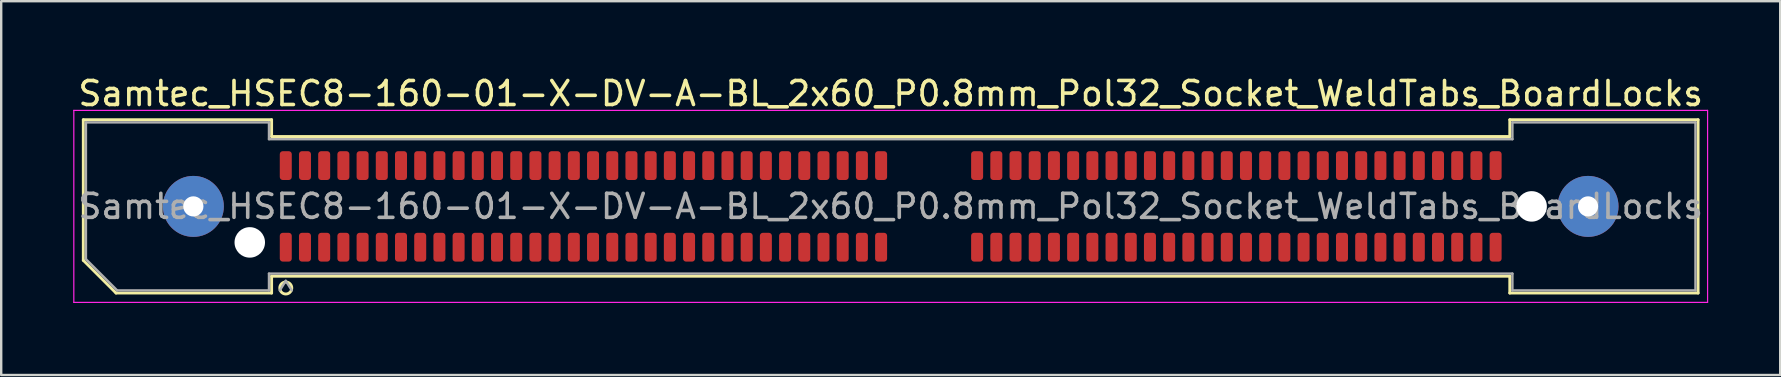
<source format=kicad_pcb>
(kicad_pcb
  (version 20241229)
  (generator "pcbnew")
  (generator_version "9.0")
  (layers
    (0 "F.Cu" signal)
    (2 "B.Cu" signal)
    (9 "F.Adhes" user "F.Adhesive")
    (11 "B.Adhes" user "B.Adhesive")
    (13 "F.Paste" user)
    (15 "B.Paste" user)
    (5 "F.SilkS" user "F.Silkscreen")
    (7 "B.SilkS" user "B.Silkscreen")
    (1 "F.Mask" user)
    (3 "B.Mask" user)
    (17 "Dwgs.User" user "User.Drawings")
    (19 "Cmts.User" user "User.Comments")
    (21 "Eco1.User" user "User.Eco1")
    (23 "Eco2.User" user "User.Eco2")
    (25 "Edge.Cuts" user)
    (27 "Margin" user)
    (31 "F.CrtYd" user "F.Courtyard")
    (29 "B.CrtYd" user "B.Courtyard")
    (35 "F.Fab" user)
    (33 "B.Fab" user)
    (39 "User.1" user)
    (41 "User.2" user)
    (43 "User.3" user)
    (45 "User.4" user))
  (footprint "Samtec_HSEC8-160-01-X-DV-A-BL_2x60_P0.8mm_Pol32_Socket_WeldTabs_BoardLocks"
    (layer "F.Cu")
    (at 34.055 5.548)
    (property "Reference" "Samtec_HSEC8-160-01-X-DV-A-BL_2x60_P0.8mm_Pol32_Socket_WeldTabs_BoardLocks" (at 0 -4.7 0) (layer "F.SilkS") (effects (font (size 1 1) (thickness 0.15))))
    (attr smd)
    (fp_line (start -33.635 -3.61) (end -25.79 -3.61) (stroke (width 0.12) (type solid)) (layer "F.SilkS"))
    (fp_line (start -33.635 2.246) (end -33.635 -3.61) (stroke (width 0.12) (type solid)) (layer "F.SilkS"))
    (fp_line (start -32.271 3.61) (end -33.635 2.246) (stroke (width 0.12) (type solid)) (layer "F.SilkS"))
    (fp_line (start -25.79 -3.61) (end -25.79 -2.91) (stroke (width 0.12) (type solid)) (layer "F.SilkS"))
    (fp_line (start -25.79 -2.91) (end 25.79 -2.91) (stroke (width 0.12) (type solid)) (layer "F.SilkS"))
    (fp_line (start -25.79 2.91) (end -25.79 3.61) (stroke (width 0.12) (type solid)) (layer "F.SilkS"))
    (fp_line (start -25.79 3.61) (end -32.271 3.61) (stroke (width 0.12) (type solid)) (layer "F.SilkS"))
    (fp_line (start 25.79 -3.61) (end 33.635 -3.61) (stroke (width 0.12) (type solid)) (layer "F.SilkS"))
    (fp_line (start 25.79 -2.91) (end 25.79 -3.61) (stroke (width 0.12) (type solid)) (layer "F.SilkS"))
    (fp_line (start 25.79 2.91) (end -25.79 2.91) (stroke (width 0.12) (type solid)) (layer "F.SilkS"))
    (fp_line (start 25.79 3.61) (end 25.79 2.91) (stroke (width 0.12) (type solid)) (layer "F.SilkS"))
    (fp_line (start 33.635 -3.61) (end 33.635 3.61) (stroke (width 0.12) (type solid)) (layer "F.SilkS"))
    (fp_line (start 33.635 3.61) (end 25.79 3.61) (stroke (width 0.12) (type solid)) (layer "F.SilkS"))
    (fp_circle (center -25.2 3.4) (end -24.95 3.4) (stroke (width 0.12) (type solid)) (fill no) (layer "F.SilkS"))
    (fp_line (start -34.03 -4) (end -34.03 4) (stroke (width 0.05) (type solid)) (layer "F.CrtYd"))
    (fp_line (start -34.03 4) (end 34.03 4) (stroke (width 0.05) (type solid)) (layer "F.CrtYd"))
    (fp_line (start 34.03 -4) (end -34.03 -4) (stroke (width 0.05) (type solid)) (layer "F.CrtYd"))
    (fp_line (start 34.03 4) (end 34.03 -4) (stroke (width 0.05) (type solid)) (layer "F.CrtYd"))
    (fp_line (start -33.525 -3.5) (end -25.9 -3.5) (stroke (width 0.1) (type solid)) (layer "F.Fab"))
    (fp_line (start -33.525 2.2) (end -33.525 -3.5) (stroke (width 0.1) (type solid)) (layer "F.Fab"))
    (fp_line (start -32.225 3.5) (end -33.525 2.2) (stroke (width 0.1) (type solid)) (layer "F.Fab"))
    (fp_line (start -25.9 -3.5) (end -25.9 -2.8) (stroke (width 0.1) (type solid)) (layer "F.Fab"))
    (fp_line (start -25.9 -2.8) (end 25.9 -2.8) (stroke (width 0.1) (type solid)) (layer "F.Fab"))
    (fp_line (start -25.9 2.8) (end -25.9 3.5) (stroke (width 0.1) (type solid)) (layer "F.Fab"))
    (fp_line (start -25.9 3.5) (end -32.225 3.5) (stroke (width 0.1) (type solid)) (layer "F.Fab"))
    (fp_line (start -25.2 3.1) (end -25.45 3.5) (stroke (width 0.1) (type solid)) (layer "F.Fab"))
    (fp_line (start -25.2 3.1) (end -24.95 3.5) (stroke (width 0.1) (type solid)) (layer "F.Fab"))
    (fp_line (start 25.9 -3.5) (end 33.525 -3.5) (stroke (width 0.1) (type solid)) (layer "F.Fab"))
    (fp_line (start 25.9 -2.8) (end 25.9 -3.5) (stroke (width 0.1) (type solid)) (layer "F.Fab"))
    (fp_line (start 25.9 2.8) (end -25.9 2.8) (stroke (width 0.1) (type solid)) (layer "F.Fab"))
    (fp_line (start 25.9 3.5) (end 25.9 2.8) (stroke (width 0.1) (type solid)) (layer "F.Fab"))
    (fp_line (start 33.525 -3.5) (end 33.525 3.5) (stroke (width 0.1) (type solid)) (layer "F.Fab"))
    (fp_line (start 33.525 3.5) (end 25.9 3.5) (stroke (width 0.1) (type solid)) (layer "F.Fab"))
    (fp_text user "${REFERENCE}" (at 0 0 0) (layer "F.Fab") (effects (font (size 1 1) (thickness 0.15))))
    (pad "" thru_hole circle (at -29.05 0) (size 2.54 2.54) (drill 0.84) (layers "*.Cu" "*.Mask" "F.Paste"))
    (pad "" np_thru_hole circle (at -26.7 1.5) (size 1.27 1.27) (drill 1.27) (layers "*.Cu" "*.Mask"))
    (pad "" np_thru_hole circle (at 26.7 0) (size 1.27 1.27) (drill 1.27) (layers "*.Cu" "*.Mask"))
    (pad "" thru_hole circle (at 29.05 0) (size 2.54 2.54) (drill 0.84) (layers "*.Cu" "*.Mask" "F.Paste"))
    (pad "1" smd roundrect (at -25.2 1.7) (size 0.5 1.2) (layers "F.Cu" "F.Mask" "F.Paste") (roundrect_rratio 0.25))
    (pad "2" smd roundrect (at -25.2 -1.7) (size 0.5 1.2) (layers "F.Cu" "F.Mask" "F.Paste") (roundrect_rratio 0.25))
    (pad "3" smd roundrect (at -24.4 1.7) (size 0.5 1.2) (layers "F.Cu" "F.Mask" "F.Paste") (roundrect_rratio 0.25))
    (pad "4" smd roundrect (at -24.4 -1.7) (size 0.5 1.2) (layers "F.Cu" "F.Mask" "F.Paste") (roundrect_rratio 0.25))
    (pad "5" smd roundrect (at -23.6 1.7) (size 0.5 1.2) (layers "F.Cu" "F.Mask" "F.Paste") (roundrect_rratio 0.25))
    (pad "6" smd roundrect (at -23.6 -1.7) (size 0.5 1.2) (layers "F.Cu" "F.Mask" "F.Paste") (roundrect_rratio 0.25))
    (pad "7" smd roundrect (at -22.8 1.7) (size 0.5 1.2) (layers "F.Cu" "F.Mask" "F.Paste") (roundrect_rratio 0.25))
    (pad "8" smd roundrect (at -22.8 -1.7) (size 0.5 1.2) (layers "F.Cu" "F.Mask" "F.Paste") (roundrect_rratio 0.25))
    (pad "9" smd roundrect (at -22 1.7) (size 0.5 1.2) (layers "F.Cu" "F.Mask" "F.Paste") (roundrect_rratio 0.25))
    (pad "10" smd roundrect (at -22 -1.7) (size 0.5 1.2) (layers "F.Cu" "F.Mask" "F.Paste") (roundrect_rratio 0.25))
    (pad "11" smd roundrect (at -21.2 1.7) (size 0.5 1.2) (layers "F.Cu" "F.Mask" "F.Paste") (roundrect_rratio 0.25))
    (pad "12" smd roundrect (at -21.2 -1.7) (size 0.5 1.2) (layers "F.Cu" "F.Mask" "F.Paste") (roundrect_rratio 0.25))
    (pad "13" smd roundrect (at -20.4 1.7) (size 0.5 1.2) (layers "F.Cu" "F.Mask" "F.Paste") (roundrect_rratio 0.25))
    (pad "14" smd roundrect (at -20.4 -1.7) (size 0.5 1.2) (layers "F.Cu" "F.Mask" "F.Paste") (roundrect_rratio 0.25))
    (pad "15" smd roundrect (at -19.6 1.7) (size 0.5 1.2) (layers "F.Cu" "F.Mask" "F.Paste") (roundrect_rratio 0.25))
    (pad "16" smd roundrect (at -19.6 -1.7) (size 0.5 1.2) (layers "F.Cu" "F.Mask" "F.Paste") (roundrect_rratio 0.25))
    (pad "17" smd roundrect (at -18.8 1.7) (size 0.5 1.2) (layers "F.Cu" "F.Mask" "F.Paste") (roundrect_rratio 0.25))
    (pad "18" smd roundrect (at -18.8 -1.7) (size 0.5 1.2) (layers "F.Cu" "F.Mask" "F.Paste") (roundrect_rratio 0.25))
    (pad "19" smd roundrect (at -18 1.7) (size 0.5 1.2) (layers "F.Cu" "F.Mask" "F.Paste") (roundrect_rratio 0.25))
    (pad "20" smd roundrect (at -18 -1.7) (size 0.5 1.2) (layers "F.Cu" "F.Mask" "F.Paste") (roundrect_rratio 0.25))
    (pad "21" smd roundrect (at -17.2 1.7) (size 0.5 1.2) (layers "F.Cu" "F.Mask" "F.Paste") (roundrect_rratio 0.25))
    (pad "22" smd roundrect (at -17.2 -1.7) (size 0.5 1.2) (layers "F.Cu" "F.Mask" "F.Paste") (roundrect_rratio 0.25))
    (pad "23" smd roundrect (at -16.4 1.7) (size 0.5 1.2) (layers "F.Cu" "F.Mask" "F.Paste") (roundrect_rratio 0.25))
    (pad "24" smd roundrect (at -16.4 -1.7) (size 0.5 1.2) (layers "F.Cu" "F.Mask" "F.Paste") (roundrect_rratio 0.25))
    (pad "25" smd roundrect (at -15.6 1.7) (size 0.5 1.2) (layers "F.Cu" "F.Mask" "F.Paste") (roundrect_rratio 0.25))
    (pad "26" smd roundrect (at -15.6 -1.7) (size 0.5 1.2) (layers "F.Cu" "F.Mask" "F.Paste") (roundrect_rratio 0.25))
    (pad "27" smd roundrect (at -14.8 1.7) (size 0.5 1.2) (layers "F.Cu" "F.Mask" "F.Paste") (roundrect_rratio 0.25))
    (pad "28" smd roundrect (at -14.8 -1.7) (size 0.5 1.2) (layers "F.Cu" "F.Mask" "F.Paste") (roundrect_rratio 0.25))
    (pad "29" smd roundrect (at -14 1.7) (size 0.5 1.2) (layers "F.Cu" "F.Mask" "F.Paste") (roundrect_rratio 0.25))
    (pad "30" smd roundrect (at -14 -1.7) (size 0.5 1.2) (layers "F.Cu" "F.Mask" "F.Paste") (roundrect_rratio 0.25))
    (pad "31" smd roundrect (at -13.2 1.7) (size 0.5 1.2) (layers "F.Cu" "F.Mask" "F.Paste") (roundrect_rratio 0.25))
    (pad "32" smd roundrect (at -13.2 -1.7) (size 0.5 1.2) (layers "F.Cu" "F.Mask" "F.Paste") (roundrect_rratio 0.25))
    (pad "33" smd roundrect (at -12.4 1.7) (size 0.5 1.2) (layers "F.Cu" "F.Mask" "F.Paste") (roundrect_rratio 0.25))
    (pad "34" smd roundrect (at -12.4 -1.7) (size 0.5 1.2) (layers "F.Cu" "F.Mask" "F.Paste") (roundrect_rratio 0.25))
    (pad "35" smd roundrect (at -11.6 1.7) (size 0.5 1.2) (layers "F.Cu" "F.Mask" "F.Paste") (roundrect_rratio 0.25))
    (pad "36" smd roundrect (at -11.6 -1.7) (size 0.5 1.2) (layers "F.Cu" "F.Mask" "F.Paste") (roundrect_rratio 0.25))
    (pad "37" smd roundrect (at -10.8 1.7) (size 0.5 1.2) (layers "F.Cu" "F.Mask" "F.Paste") (roundrect_rratio 0.25))
    (pad "38" smd roundrect (at -10.8 -1.7) (size 0.5 1.2) (layers "F.Cu" "F.Mask" "F.Paste") (roundrect_rratio 0.25))
    (pad "39" smd roundrect (at -10 1.7) (size 0.5 1.2) (layers "F.Cu" "F.Mask" "F.Paste") (roundrect_rratio 0.25))
    (pad "40" smd roundrect (at -10 -1.7) (size 0.5 1.2) (layers "F.Cu" "F.Mask" "F.Paste") (roundrect_rratio 0.25))
    (pad "41" smd roundrect (at -9.2 1.7) (size 0.5 1.2) (layers "F.Cu" "F.Mask" "F.Paste") (roundrect_rratio 0.25))
    (pad "42" smd roundrect (at -9.2 -1.7) (size 0.5 1.2) (layers "F.Cu" "F.Mask" "F.Paste") (roundrect_rratio 0.25))
    (pad "43" smd roundrect (at -8.4 1.7) (size 0.5 1.2) (layers "F.Cu" "F.Mask" "F.Paste") (roundrect_rratio 0.25))
    (pad "44" smd roundrect (at -8.4 -1.7) (size 0.5 1.2) (layers "F.Cu" "F.Mask" "F.Paste") (roundrect_rratio 0.25))
    (pad "45" smd roundrect (at -7.6 1.7) (size 0.5 1.2) (layers "F.Cu" "F.Mask" "F.Paste") (roundrect_rratio 0.25))
    (pad "46" smd roundrect (at -7.6 -1.7) (size 0.5 1.2) (layers "F.Cu" "F.Mask" "F.Paste") (roundrect_rratio 0.25))
    (pad "47" smd roundrect (at -6.8 1.7) (size 0.5 1.2) (layers "F.Cu" "F.Mask" "F.Paste") (roundrect_rratio 0.25))
    (pad "48" smd roundrect (at -6.8 -1.7) (size 0.5 1.2) (layers "F.Cu" "F.Mask" "F.Paste") (roundrect_rratio 0.25))
    (pad "49" smd roundrect (at -6 1.7) (size 0.5 1.2) (layers "F.Cu" "F.Mask" "F.Paste") (roundrect_rratio 0.25))
    (pad "50" smd roundrect (at -6 -1.7) (size 0.5 1.2) (layers "F.Cu" "F.Mask" "F.Paste") (roundrect_rratio 0.25))
    (pad "51" smd roundrect (at -5.2 1.7) (size 0.5 1.2) (layers "F.Cu" "F.Mask" "F.Paste") (roundrect_rratio 0.25))
    (pad "52" smd roundrect (at -5.2 -1.7) (size 0.5 1.2) (layers "F.Cu" "F.Mask" "F.Paste") (roundrect_rratio 0.25))
    (pad "53" smd roundrect (at -4.4 1.7) (size 0.5 1.2) (layers "F.Cu" "F.Mask" "F.Paste") (roundrect_rratio 0.25))
    (pad "54" smd roundrect (at -4.4 -1.7) (size 0.5 1.2) (layers "F.Cu" "F.Mask" "F.Paste") (roundrect_rratio 0.25))
    (pad "55" smd roundrect (at -3.6 1.7) (size 0.5 1.2) (layers "F.Cu" "F.Mask" "F.Paste") (roundrect_rratio 0.25))
    (pad "56" smd roundrect (at -3.6 -1.7) (size 0.5 1.2) (layers "F.Cu" "F.Mask" "F.Paste") (roundrect_rratio 0.25))
    (pad "57" smd roundrect (at -2.8 1.7) (size 0.5 1.2) (layers "F.Cu" "F.Mask" "F.Paste") (roundrect_rratio 0.25))
    (pad "58" smd roundrect (at -2.8 -1.7) (size 0.5 1.2) (layers "F.Cu" "F.Mask" "F.Paste") (roundrect_rratio 0.25))
    (pad "59" smd roundrect (at -2 1.7) (size 0.5 1.2) (layers "F.Cu" "F.Mask" "F.Paste") (roundrect_rratio 0.25))
    (pad "60" smd roundrect (at -2 -1.7) (size 0.5 1.2) (layers "F.Cu" "F.Mask" "F.Paste") (roundrect_rratio 0.25))
    (pad "61" smd roundrect (at -1.2 1.7) (size 0.5 1.2) (layers "F.Cu" "F.Mask" "F.Paste") (roundrect_rratio 0.25))
    (pad "62" smd roundrect (at -1.2 -1.7) (size 0.5 1.2) (layers "F.Cu" "F.Mask" "F.Paste") (roundrect_rratio 0.25))
    (pad "63" smd roundrect (at -0.4 1.7) (size 0.5 1.2) (layers "F.Cu" "F.Mask" "F.Paste") (roundrect_rratio 0.25))
    (pad "64" smd roundrect (at -0.4 -1.7) (size 0.5 1.2) (layers "F.Cu" "F.Mask" "F.Paste") (roundrect_rratio 0.25))
    (pad "65" smd roundrect (at 3.6 1.7) (size 0.5 1.2) (layers "F.Cu" "F.Mask" "F.Paste") (roundrect_rratio 0.25))
    (pad "66" smd roundrect (at 3.6 -1.7) (size 0.5 1.2) (layers "F.Cu" "F.Mask" "F.Paste") (roundrect_rratio 0.25))
    (pad "67" smd roundrect (at 4.4 1.7) (size 0.5 1.2) (layers "F.Cu" "F.Mask" "F.Paste") (roundrect_rratio 0.25))
    (pad "68" smd roundrect (at 4.4 -1.7) (size 0.5 1.2) (layers "F.Cu" "F.Mask" "F.Paste") (roundrect_rratio 0.25))
    (pad "69" smd roundrect (at 5.2 1.7) (size 0.5 1.2) (layers "F.Cu" "F.Mask" "F.Paste") (roundrect_rratio 0.25))
    (pad "70" smd roundrect (at 5.2 -1.7) (size 0.5 1.2) (layers "F.Cu" "F.Mask" "F.Paste") (roundrect_rratio 0.25))
    (pad "71" smd roundrect (at 6 1.7) (size 0.5 1.2) (layers "F.Cu" "F.Mask" "F.Paste") (roundrect_rratio 0.25))
    (pad "72" smd roundrect (at 6 -1.7) (size 0.5 1.2) (layers "F.Cu" "F.Mask" "F.Paste") (roundrect_rratio 0.25))
    (pad "73" smd roundrect (at 6.8 1.7) (size 0.5 1.2) (layers "F.Cu" "F.Mask" "F.Paste") (roundrect_rratio 0.25))
    (pad "74" smd roundrect (at 6.8 -1.7) (size 0.5 1.2) (layers "F.Cu" "F.Mask" "F.Paste") (roundrect_rratio 0.25))
    (pad "75" smd roundrect (at 7.6 1.7) (size 0.5 1.2) (layers "F.Cu" "F.Mask" "F.Paste") (roundrect_rratio 0.25))
    (pad "76" smd roundrect (at 7.6 -1.7) (size 0.5 1.2) (layers "F.Cu" "F.Mask" "F.Paste") (roundrect_rratio 0.25))
    (pad "77" smd roundrect (at 8.4 1.7) (size 0.5 1.2) (layers "F.Cu" "F.Mask" "F.Paste") (roundrect_rratio 0.25))
    (pad "78" smd roundrect (at 8.4 -1.7) (size 0.5 1.2) (layers "F.Cu" "F.Mask" "F.Paste") (roundrect_rratio 0.25))
    (pad "79" smd roundrect (at 9.2 1.7) (size 0.5 1.2) (layers "F.Cu" "F.Mask" "F.Paste") (roundrect_rratio 0.25))
    (pad "80" smd roundrect (at 9.2 -1.7) (size 0.5 1.2) (layers "F.Cu" "F.Mask" "F.Paste") (roundrect_rratio 0.25))
    (pad "81" smd roundrect (at 10 1.7) (size 0.5 1.2) (layers "F.Cu" "F.Mask" "F.Paste") (roundrect_rratio 0.25))
    (pad "82" smd roundrect (at 10 -1.7) (size 0.5 1.2) (layers "F.Cu" "F.Mask" "F.Paste") (roundrect_rratio 0.25))
    (pad "83" smd roundrect (at 10.8 1.7) (size 0.5 1.2) (layers "F.Cu" "F.Mask" "F.Paste") (roundrect_rratio 0.25))
    (pad "84" smd roundrect (at 10.8 -1.7) (size 0.5 1.2) (layers "F.Cu" "F.Mask" "F.Paste") (roundrect_rratio 0.25))
    (pad "85" smd roundrect (at 11.6 1.7) (size 0.5 1.2) (layers "F.Cu" "F.Mask" "F.Paste") (roundrect_rratio 0.25))
    (pad "86" smd roundrect (at 11.6 -1.7) (size 0.5 1.2) (layers "F.Cu" "F.Mask" "F.Paste") (roundrect_rratio 0.25))
    (pad "87" smd roundrect (at 12.4 1.7) (size 0.5 1.2) (layers "F.Cu" "F.Mask" "F.Paste") (roundrect_rratio 0.25))
    (pad "88" smd roundrect (at 12.4 -1.7) (size 0.5 1.2) (layers "F.Cu" "F.Mask" "F.Paste") (roundrect_rratio 0.25))
    (pad "89" smd roundrect (at 13.2 1.7) (size 0.5 1.2) (layers "F.Cu" "F.Mask" "F.Paste") (roundrect_rratio 0.25))
    (pad "90" smd roundrect (at 13.2 -1.7) (size 0.5 1.2) (layers "F.Cu" "F.Mask" "F.Paste") (roundrect_rratio 0.25))
    (pad "91" smd roundrect (at 14 1.7) (size 0.5 1.2) (layers "F.Cu" "F.Mask" "F.Paste") (roundrect_rratio 0.25))
    (pad "92" smd roundrect (at 14 -1.7) (size 0.5 1.2) (layers "F.Cu" "F.Mask" "F.Paste") (roundrect_rratio 0.25))
    (pad "93" smd roundrect (at 14.8 1.7) (size 0.5 1.2) (layers "F.Cu" "F.Mask" "F.Paste") (roundrect_rratio 0.25))
    (pad "94" smd roundrect (at 14.8 -1.7) (size 0.5 1.2) (layers "F.Cu" "F.Mask" "F.Paste") (roundrect_rratio 0.25))
    (pad "95" smd roundrect (at 15.6 1.7) (size 0.5 1.2) (layers "F.Cu" "F.Mask" "F.Paste") (roundrect_rratio 0.25))
    (pad "96" smd roundrect (at 15.6 -1.7) (size 0.5 1.2) (layers "F.Cu" "F.Mask" "F.Paste") (roundrect_rratio 0.25))
    (pad "97" smd roundrect (at 16.4 1.7) (size 0.5 1.2) (layers "F.Cu" "F.Mask" "F.Paste") (roundrect_rratio 0.25))
    (pad "98" smd roundrect (at 16.4 -1.7) (size 0.5 1.2) (layers "F.Cu" "F.Mask" "F.Paste") (roundrect_rratio 0.25))
    (pad "99" smd roundrect (at 17.2 1.7) (size 0.5 1.2) (layers "F.Cu" "F.Mask" "F.Paste") (roundrect_rratio 0.25))
    (pad "100" smd roundrect (at 17.2 -1.7) (size 0.5 1.2) (layers "F.Cu" "F.Mask" "F.Paste") (roundrect_rratio 0.25))
    (pad "101" smd roundrect (at 18 1.7) (size 0.5 1.2) (layers "F.Cu" "F.Mask" "F.Paste") (roundrect_rratio 0.25))
    (pad "102" smd roundrect (at 18 -1.7) (size 0.5 1.2) (layers "F.Cu" "F.Mask" "F.Paste") (roundrect_rratio 0.25))
    (pad "103" smd roundrect (at 18.8 1.7) (size 0.5 1.2) (layers "F.Cu" "F.Mask" "F.Paste") (roundrect_rratio 0.25))
    (pad "104" smd roundrect (at 18.8 -1.7) (size 0.5 1.2) (layers "F.Cu" "F.Mask" "F.Paste") (roundrect_rratio 0.25))
    (pad "105" smd roundrect (at 19.6 1.7) (size 0.5 1.2) (layers "F.Cu" "F.Mask" "F.Paste") (roundrect_rratio 0.25))
    (pad "106" smd roundrect (at 19.6 -1.7) (size 0.5 1.2) (layers "F.Cu" "F.Mask" "F.Paste") (roundrect_rratio 0.25))
    (pad "107" smd roundrect (at 20.4 1.7) (size 0.5 1.2) (layers "F.Cu" "F.Mask" "F.Paste") (roundrect_rratio 0.25))
    (pad "108" smd roundrect (at 20.4 -1.7) (size 0.5 1.2) (layers "F.Cu" "F.Mask" "F.Paste") (roundrect_rratio 0.25))
    (pad "109" smd roundrect (at 21.2 1.7) (size 0.5 1.2) (layers "F.Cu" "F.Mask" "F.Paste") (roundrect_rratio 0.25))
    (pad "110" smd roundrect (at 21.2 -1.7) (size 0.5 1.2) (layers "F.Cu" "F.Mask" "F.Paste") (roundrect_rratio 0.25))
    (pad "111" smd roundrect (at 22 1.7) (size 0.5 1.2) (layers "F.Cu" "F.Mask" "F.Paste") (roundrect_rratio 0.25))
    (pad "112" smd roundrect (at 22 -1.7) (size 0.5 1.2) (layers "F.Cu" "F.Mask" "F.Paste") (roundrect_rratio 0.25))
    (pad "113" smd roundrect (at 22.8 1.7) (size 0.5 1.2) (layers "F.Cu" "F.Mask" "F.Paste") (roundrect_rratio 0.25))
    (pad "114" smd roundrect (at 22.8 -1.7) (size 0.5 1.2) (layers "F.Cu" "F.Mask" "F.Paste") (roundrect_rratio 0.25))
    (pad "115" smd roundrect (at 23.6 1.7) (size 0.5 1.2) (layers "F.Cu" "F.Mask" "F.Paste") (roundrect_rratio 0.25))
    (pad "116" smd roundrect (at 23.6 -1.7) (size 0.5 1.2) (layers "F.Cu" "F.Mask" "F.Paste") (roundrect_rratio 0.25))
    (pad "117" smd roundrect (at 24.4 1.7) (size 0.5 1.2) (layers "F.Cu" "F.Mask" "F.Paste") (roundrect_rratio 0.25))
    (pad "118" smd roundrect (at 24.4 -1.7) (size 0.5 1.2) (layers "F.Cu" "F.Mask" "F.Paste") (roundrect_rratio 0.25))
    (pad "119" smd roundrect (at 25.2 1.7) (size 0.5 1.2) (layers "F.Cu" "F.Mask" "F.Paste") (roundrect_rratio 0.25))
    (pad "120" smd roundrect (at 25.2 -1.7) (size 0.5 1.2) (layers "F.Cu" "F.Mask" "F.Paste") (roundrect_rratio 0.25)))
  (gr_rect
    (start -3 -3)
    (end 71.11 12.573)
    (stroke (width 0.1) (type default))
    (fill no)
    (layer "Edge.Cuts")))
</source>
